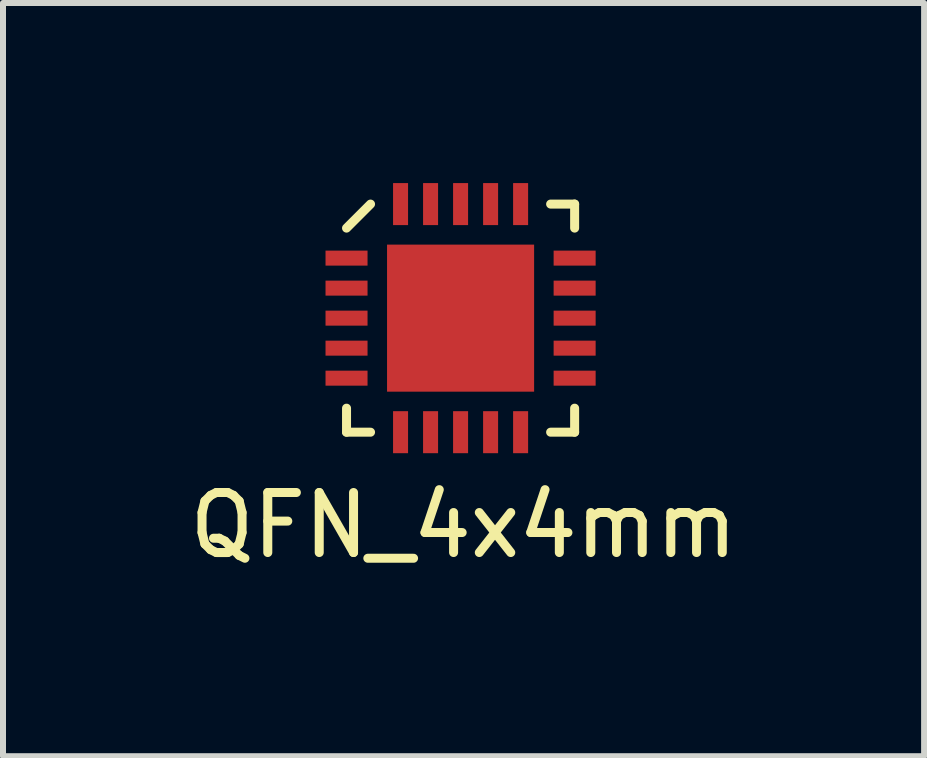
<source format=kicad_pcb>
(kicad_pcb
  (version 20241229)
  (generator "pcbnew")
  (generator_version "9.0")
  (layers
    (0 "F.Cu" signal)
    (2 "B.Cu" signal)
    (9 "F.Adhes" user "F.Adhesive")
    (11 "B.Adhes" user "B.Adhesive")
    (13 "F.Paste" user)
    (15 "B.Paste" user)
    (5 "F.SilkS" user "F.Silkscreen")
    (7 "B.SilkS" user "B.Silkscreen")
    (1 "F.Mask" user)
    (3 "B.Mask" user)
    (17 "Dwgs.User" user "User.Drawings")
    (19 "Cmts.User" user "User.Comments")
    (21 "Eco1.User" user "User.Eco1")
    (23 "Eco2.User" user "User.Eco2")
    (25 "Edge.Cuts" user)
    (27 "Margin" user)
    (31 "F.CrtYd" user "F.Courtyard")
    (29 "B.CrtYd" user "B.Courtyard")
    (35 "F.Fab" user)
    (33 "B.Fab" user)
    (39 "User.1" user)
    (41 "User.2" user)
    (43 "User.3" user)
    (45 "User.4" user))
  (footprint "QFN_4x4mm"
    (layer "F.Cu")
    (at 4.623 2.25)
    (property "Reference" "QFN_4x4mm" (at 0.05 3.45 0) (layer "F.SilkS") (effects (font (size 1 1) (thickness 0.15))))
    (attr through_hole)
    (fp_line (start -1.9 -1.5) (end -1.5 -1.9) (stroke (width 0.15) (type solid)) (layer "F.SilkS"))
    (fp_line (start -1.9 1.9) (end -1.9 1.5) (stroke (width 0.15) (type solid)) (layer "F.SilkS"))
    (fp_line (start -1.9 1.9) (end -1.5 1.9) (stroke (width 0.15) (type solid)) (layer "F.SilkS"))
    (fp_line (start 1.9 -1.9) (end 1.5 -1.9) (stroke (width 0.15) (type solid)) (layer "F.SilkS"))
    (fp_line (start 1.9 -1.9) (end 1.9 -1.5) (stroke (width 0.15) (type solid)) (layer "F.SilkS"))
    (fp_line (start 1.9 1.9) (end 1.5 1.9) (stroke (width 0.15) (type solid)) (layer "F.SilkS"))
    (fp_line (start 1.9 1.9) (end 1.9 1.5) (stroke (width 0.15) (type solid)) (layer "F.SilkS"))
    (pad "1" smd rect (at -1.9 -1) (size 0.7 0.25) (layers "F.Cu" "F.Mask" "F.Paste"))
    (pad "2" smd rect (at -1.9 -0.5) (size 0.7 0.25) (layers "F.Cu" "F.Mask" "F.Paste"))
    (pad "3" smd rect (at -1.9 0) (size 0.7 0.25) (layers "F.Cu" "F.Mask" "F.Paste"))
    (pad "4" smd rect (at -1.9 0.5) (size 0.7 0.25) (layers "F.Cu" "F.Mask" "F.Paste"))
    (pad "5" smd rect (at -1.9 1) (size 0.7 0.25) (layers "F.Cu" "F.Mask" "F.Paste"))
    (pad "6" smd rect (at -1 1.9) (size 0.25 0.7) (layers "F.Cu" "F.Mask" "F.Paste"))
    (pad "7" smd rect (at -0.5 1.9) (size 0.25 0.7) (layers "F.Cu" "F.Mask" "F.Paste"))
    (pad "8" smd rect (at 0 1.9) (size 0.25 0.7) (layers "F.Cu" "F.Mask" "F.Paste"))
    (pad "9" smd rect (at 0.5 1.9) (size 0.25 0.7) (layers "F.Cu" "F.Mask" "F.Paste"))
    (pad "10" smd rect (at 1 1.9) (size 0.25 0.7) (layers "F.Cu" "F.Mask" "F.Paste"))
    (pad "11" smd rect (at 1.9 1) (size 0.7 0.25) (layers "F.Cu" "F.Mask" "F.Paste"))
    (pad "12" smd rect (at 1.9 0.5) (size 0.7 0.25) (layers "F.Cu" "F.Mask" "F.Paste"))
    (pad "13" smd rect (at 1.9 0) (size 0.7 0.25) (layers "F.Cu" "F.Mask" "F.Paste"))
    (pad "14" smd rect (at 1.9 -0.5) (size 0.7 0.25) (layers "F.Cu" "F.Mask" "F.Paste"))
    (pad "15" smd rect (at 1.9 -1) (size 0.7 0.25) (layers "F.Cu" "F.Mask" "F.Paste"))
    (pad "16" smd rect (at 1 -1.9) (size 0.25 0.7) (layers "F.Cu" "F.Mask" "F.Paste"))
    (pad "17" smd rect (at 0.5 -1.9) (size 0.25 0.7) (layers "F.Cu" "F.Mask" "F.Paste"))
    (pad "18" smd rect (at 0 -1.9) (size 0.25 0.7) (layers "F.Cu" "F.Mask" "F.Paste"))
    (pad "19" smd rect (at -0.5 -1.9) (size 0.25 0.7) (layers "F.Cu" "F.Mask" "F.Paste"))
    (pad "20" smd rect (at -1 -1.9) (size 0.25 0.7) (layers "F.Cu" "F.Mask" "F.Paste"))
    (pad "21" smd rect (at 0 0) (size 2.45 2.45) (layers "F.Cu" "F.Mask" "F.Paste")))
  (gr_rect
    (start -3 -3)
    (end 12.345 9.548)
    (stroke (width 0.1) (type default))
    (fill no)
    (layer "Edge.Cuts")))
</source>
